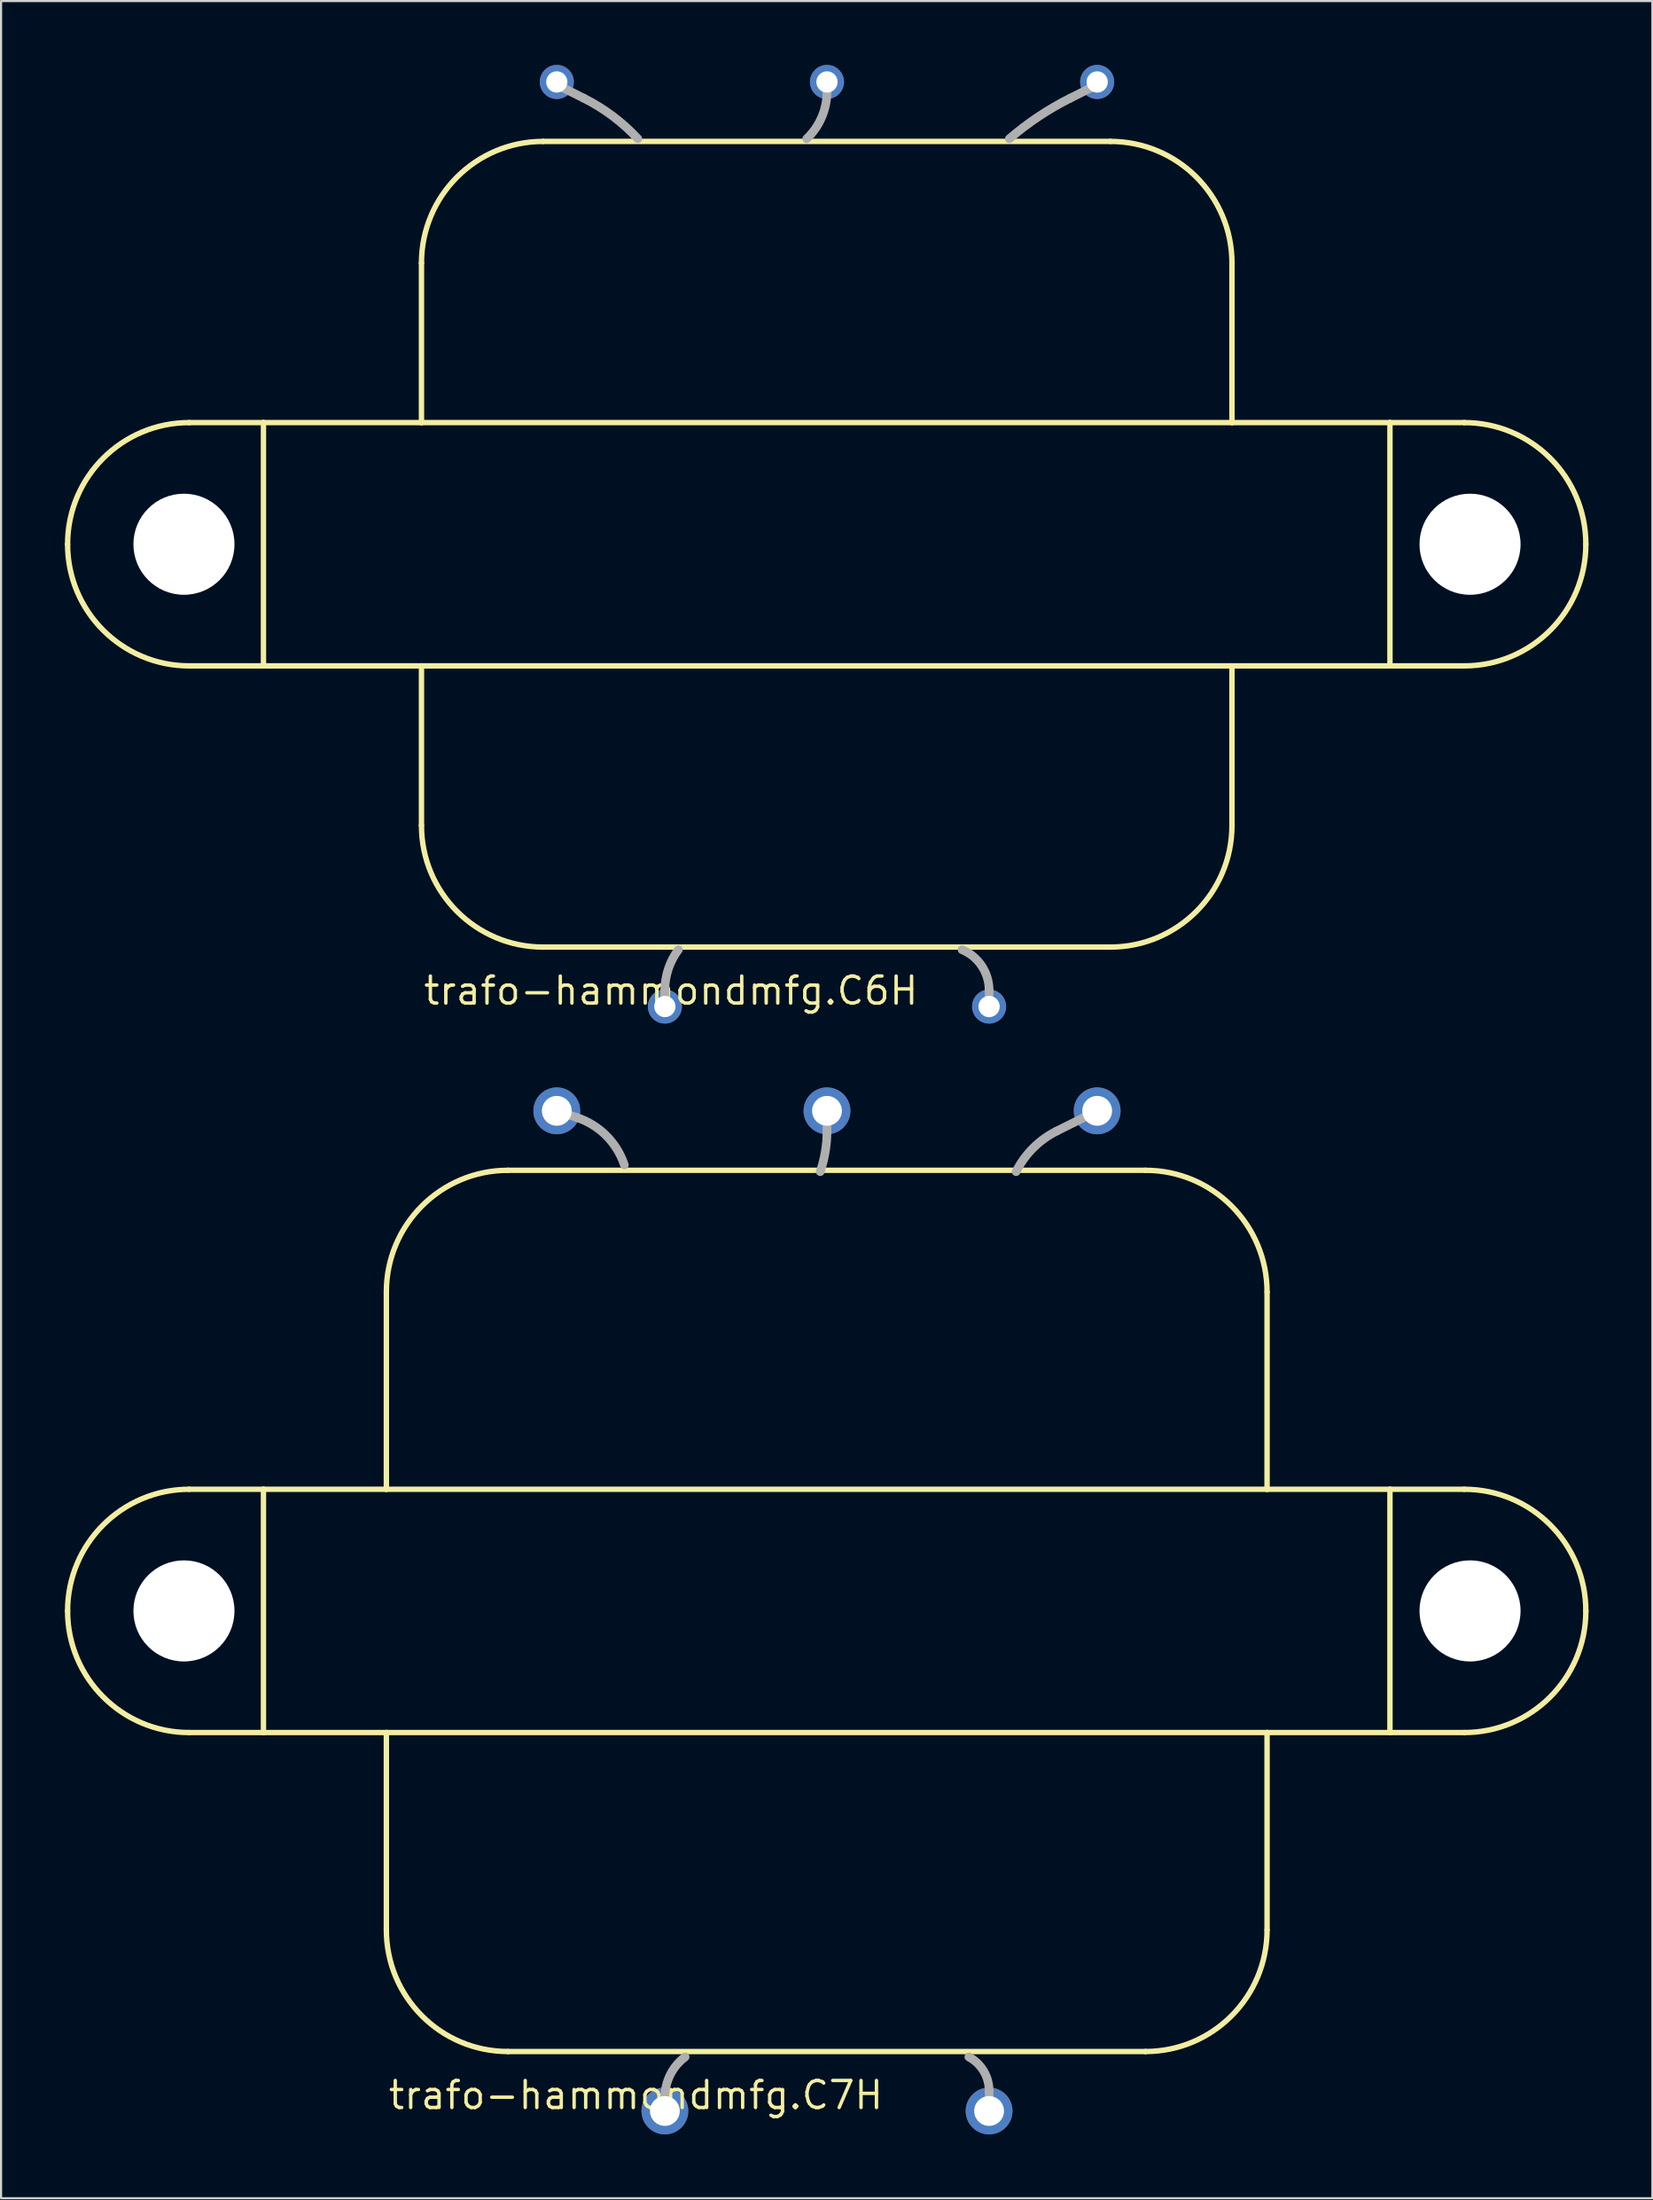
<source format=kicad_pcb>
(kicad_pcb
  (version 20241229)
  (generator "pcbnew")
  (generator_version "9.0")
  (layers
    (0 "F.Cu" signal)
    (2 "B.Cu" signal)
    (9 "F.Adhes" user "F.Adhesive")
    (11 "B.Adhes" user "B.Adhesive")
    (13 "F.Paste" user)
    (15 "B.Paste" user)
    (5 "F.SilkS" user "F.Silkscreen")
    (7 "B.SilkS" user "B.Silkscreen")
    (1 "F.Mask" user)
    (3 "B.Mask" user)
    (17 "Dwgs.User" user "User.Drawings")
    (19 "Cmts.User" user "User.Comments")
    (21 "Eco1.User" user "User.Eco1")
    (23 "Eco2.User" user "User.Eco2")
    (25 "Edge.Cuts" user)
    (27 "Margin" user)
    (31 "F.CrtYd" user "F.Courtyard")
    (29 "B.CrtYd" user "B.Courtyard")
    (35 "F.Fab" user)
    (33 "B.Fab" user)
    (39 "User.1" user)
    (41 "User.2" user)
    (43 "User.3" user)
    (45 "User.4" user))
  (footprint "trafo-hammondmfg.C7H"
    (layer "F.Cu")
    (at 35.822 72.635)
    (property "Reference" "trafo-hammondmfg.C7H" (at -20.7 23.495 0) (layer "F.SilkS") (effects (font (size 1.27 1.27) (thickness 0.16)) (justify left bottom)))
    (attr through_hole)
    (fp_line (start -29.98 5.715) (end -26.488 5.715) (stroke (width 0.254) (type default)) (layer "F.SilkS"))
    (fp_line (start -26.488 -5.715) (end -29.98 -5.715) (stroke (width 0.254) (type default)) (layer "F.SilkS"))
    (fp_line (start -26.488 -5.715) (end -26.488 5.715) (stroke (width 0.254) (type default)) (layer "F.SilkS"))
    (fp_line (start -26.488 5.715) (end -20.711 5.715) (stroke (width 0.254) (type default)) (layer "F.SilkS"))
    (fp_line (start -20.711 -5.715) (end -26.488 -5.715) (stroke (width 0.254) (type default)) (layer "F.SilkS"))
    (fp_line (start -20.711 -5.715) (end -20.711 -14.986) (stroke (width 0.254) (type default)) (layer "F.SilkS"))
    (fp_line (start -20.711 5.715) (end 20.686 5.715) (stroke (width 0.254) (type default)) (layer "F.SilkS"))
    (fp_line (start -20.711 14.986) (end -20.711 5.715) (stroke (width 0.254) (type default)) (layer "F.SilkS"))
    (fp_line (start -14.996 -20.701) (end 14.971 -20.701) (stroke (width 0.254) (type default)) (layer "F.SilkS"))
    (fp_line (start 14.971 20.701) (end -14.996 20.701) (stroke (width 0.254) (type default)) (layer "F.SilkS"))
    (fp_line (start 20.686 -14.986) (end 20.686 -5.715) (stroke (width 0.254) (type default)) (layer "F.SilkS"))
    (fp_line (start 20.686 -5.715) (end -20.711 -5.715) (stroke (width 0.254) (type default)) (layer "F.SilkS"))
    (fp_line (start 20.686 5.715) (end 20.686 14.986) (stroke (width 0.254) (type default)) (layer "F.SilkS"))
    (fp_line (start 20.686 5.715) (end 26.462 5.715) (stroke (width 0.254) (type default)) (layer "F.SilkS"))
    (fp_line (start 26.462 -5.715) (end 20.686 -5.715) (stroke (width 0.254) (type default)) (layer "F.SilkS"))
    (fp_line (start 26.462 -5.715) (end 26.462 5.715) (stroke (width 0.254) (type default)) (layer "F.SilkS"))
    (fp_line (start 26.462 5.715) (end 29.955 5.715) (stroke (width 0.254) (type default)) (layer "F.SilkS"))
    (fp_line (start 29.955 -5.715) (end 26.462 -5.715) (stroke (width 0.254) (type default)) (layer "F.SilkS"))
    (fp_arc (start -35.695 0) (mid -34.021115 -4.041115) (end -29.98 -5.715) (stroke (width 0.254) (type default)) (layer "F.SilkS"))
    (fp_arc (start -29.98 5.715) (mid -34.021115 4.041115) (end -35.695 0) (stroke (width 0.254) (type default)) (layer "F.SilkS"))
    (fp_arc (start -20.711 -14.986) (mid -19.037115 -19.027115) (end -14.996 -20.701) (stroke (width 0.254) (type default)) (layer "F.SilkS"))
    (fp_arc (start -14.996 20.701) (mid -19.037115 19.027115) (end -20.711 14.986) (stroke (width 0.254) (type default)) (layer "F.SilkS"))
    (fp_arc (start 14.971 -20.701) (mid 19.012115 -19.027115) (end 20.686 -14.986) (stroke (width 0.254) (type default)) (layer "F.SilkS"))
    (fp_arc (start 20.686 14.986) (mid 19.012115 19.027115) (end 14.971 20.701) (stroke (width 0.254) (type default)) (layer "F.SilkS"))
    (fp_arc (start 29.955 -5.715) (mid 33.996115 -4.041115) (end 35.67 0) (stroke (width 0.254) (type default)) (layer "F.SilkS"))
    (fp_arc (start 35.67 0) (mid 33.996115 4.041115) (end 29.955 5.715) (stroke (width 0.254) (type default)) (layer "F.SilkS"))
    (fp_line (start -12.7 -23.495) (end -11.748 -23.177) (stroke (width 0.406) (type default)) (layer "F.Fab"))
    (fp_line (start -7.62 23.177) (end -7.62 22.86) (stroke (width 0.406) (type default)) (layer "F.Fab"))
    (fp_line (start 0 -23.495) (end 0 -22.543) (stroke (width 0.406) (type default)) (layer "F.Fab"))
    (fp_line (start 7.62 23.495) (end 7.62 22.543) (stroke (width 0.406) (type default)) (layer "F.Fab"))
    (fp_line (start 12.7 -23.495) (end 10.795 -22.543) (stroke (width 0.406) (type default)) (layer "F.Fab"))
    (fp_arc (start -11.7475 -23.1775) (mid -10.373919 -22.328581) (end -9.525 -20.955) (stroke (width 0.4064) (type default)) (layer "F.Fab"))
    (fp_arc (start -7.62 22.86) (mid -7.368605 21.795073) (end -6.6675 20.955) (stroke (width 0.4064) (type default)) (layer "F.Fab"))
    (fp_arc (start 0 -22.5425) (mid -0.079919 -21.576861) (end -0.3175 -20.6375) (stroke (width 0.4064) (type default)) (layer "F.Fab"))
    (fp_arc (start 6.6675 20.955) (mid 7.363606 21.616836) (end 7.62 22.5425) (stroke (width 0.4064) (type default)) (layer "F.Fab"))
    (fp_arc (start 8.89 -20.6375) (mid 9.687931 -21.744569) (end 10.795 -22.5425) (stroke (width 0.4064) (type default)) (layer "F.Fab"))
    (pad "" np_thru_hole circle (at -30.226 0) (size 4.75 4.75) (drill 4.75) (layers "*.Cu" "*.Mask"))
    (pad "" np_thru_hole circle (at 30.226 0) (size 4.75 4.75) (drill 4.75) (layers "*.Cu" "*.Mask"))
    (pad "BLK@1" thru_hole circle (at -7.62 23.495) (size 2.2 2.2) (drill 1.4) (layers "*.Cu" "*.Mask"))
    (pad "BLK@2" thru_hole circle (at 7.62 23.495) (size 2.2 2.2) (drill 1.4) (layers "*.Cu" "*.Mask"))
    (pad "GRN/YEL" thru_hole circle (at 0 -23.495) (size 2.2 2.2) (drill 1.4) (layers "*.Cu" "*.Mask"))
    (pad "GRN@1" thru_hole circle (at -12.7 -23.495) (size 2.2 2.2) (drill 1.4) (layers "*.Cu" "*.Mask"))
    (pad "GRN@2" thru_hole circle (at 12.7 -23.495) (size 2.2 2.2) (drill 1.4) (layers "*.Cu" "*.Mask")))
  (footprint "trafo-hammondmfg.C6H"
    (layer "F.Cu")
    (at 35.822 22.52)
    (property "Reference" "trafo-hammondmfg.C6H" (at -19.05 21.72 0) (layer "F.SilkS") (effects (font (size 1.27 1.27) (thickness 0.16)) (justify left bottom)))
    (attr through_hole)
    (fp_line (start -29.98 5.715) (end -26.488 5.715) (stroke (width 0.254) (type default)) (layer "F.SilkS"))
    (fp_line (start -26.488 -5.715) (end -29.98 -5.715) (stroke (width 0.254) (type default)) (layer "F.SilkS"))
    (fp_line (start -26.488 -5.715) (end -26.488 5.715) (stroke (width 0.254) (type default)) (layer "F.SilkS"))
    (fp_line (start -26.488 5.715) (end -19.061 5.715) (stroke (width 0.254) (type default)) (layer "F.SilkS"))
    (fp_line (start -19.061 -5.715) (end -26.488 -5.715) (stroke (width 0.254) (type default)) (layer "F.SilkS"))
    (fp_line (start -19.061 -5.715) (end -19.061 -13.211) (stroke (width 0.254) (type default)) (layer "F.SilkS"))
    (fp_line (start -19.061 5.715) (end 19.036 5.715) (stroke (width 0.254) (type default)) (layer "F.SilkS"))
    (fp_line (start -19.061 13.211) (end -19.061 5.715) (stroke (width 0.254) (type default)) (layer "F.SilkS"))
    (fp_line (start -13.346 -18.926) (end 13.321 -18.926) (stroke (width 0.254) (type default)) (layer "F.SilkS"))
    (fp_line (start 13.321 18.926) (end -13.346 18.926) (stroke (width 0.254) (type default)) (layer "F.SilkS"))
    (fp_line (start 19.036 -13.211) (end 19.036 -5.715) (stroke (width 0.254) (type default)) (layer "F.SilkS"))
    (fp_line (start 19.036 -5.715) (end -19.061 -5.715) (stroke (width 0.254) (type default)) (layer "F.SilkS"))
    (fp_line (start 19.036 5.715) (end 19.036 13.211) (stroke (width 0.254) (type default)) (layer "F.SilkS"))
    (fp_line (start 19.036 5.715) (end 26.462 5.715) (stroke (width 0.254) (type default)) (layer "F.SilkS"))
    (fp_line (start 26.462 -5.715) (end 19.036 -5.715) (stroke (width 0.254) (type default)) (layer "F.SilkS"))
    (fp_line (start 26.462 -5.715) (end 26.462 5.715) (stroke (width 0.254) (type default)) (layer "F.SilkS"))
    (fp_line (start 26.462 5.715) (end 29.955 5.715) (stroke (width 0.254) (type default)) (layer "F.SilkS"))
    (fp_line (start 29.955 -5.715) (end 26.462 -5.715) (stroke (width 0.254) (type default)) (layer "F.SilkS"))
    (fp_arc (start -35.695 0) (mid -34.021115 -4.041115) (end -29.98 -5.715) (stroke (width 0.254) (type default)) (layer "F.SilkS"))
    (fp_arc (start -29.98 5.715) (mid -34.021115 4.041115) (end -35.695 0) (stroke (width 0.254) (type default)) (layer "F.SilkS"))
    (fp_arc (start -19.061 -13.211) (mid -17.387115 -17.252115) (end -13.346 -18.926) (stroke (width 0.254) (type default)) (layer "F.SilkS"))
    (fp_arc (start -13.346 18.926) (mid -17.387115 17.252115) (end -19.061 13.211) (stroke (width 0.254) (type default)) (layer "F.SilkS"))
    (fp_arc (start 13.321 -18.926) (mid 17.362115 -17.252115) (end 19.036 -13.211) (stroke (width 0.254) (type default)) (layer "F.SilkS"))
    (fp_arc (start 19.036 13.211) (mid 17.362115 17.252115) (end 13.321 18.926) (stroke (width 0.254) (type default)) (layer "F.SilkS"))
    (fp_arc (start 29.955 -5.715) (mid 33.996115 -4.041115) (end 35.67 0) (stroke (width 0.254) (type default)) (layer "F.SilkS"))
    (fp_arc (start 35.67 0) (mid 33.996115 4.041115) (end 29.955 5.715) (stroke (width 0.254) (type default)) (layer "F.SilkS"))
    (fp_line (start -12.7 -21.59) (end -11.43 -20.955) (stroke (width 0.406) (type default)) (layer "F.Fab"))
    (fp_line (start -7.62 21.59) (end -7.62 20.955) (stroke (width 0.406) (type default)) (layer "F.Fab"))
    (fp_line (start 0 -21.907) (end 0 -21.273) (stroke (width 0.406) (type default)) (layer "F.Fab"))
    (fp_line (start 7.62 21.59) (end 7.62 20.955) (stroke (width 0.406) (type default)) (layer "F.Fab"))
    (fp_line (start 12.7 -21.59) (end 11.43 -20.955) (stroke (width 0.406) (type default)) (layer "F.Fab"))
    (fp_arc (start -11.43 -20.955) (mid -10.074113 -20.117016) (end -8.89 -19.05) (stroke (width 0.4064) (type default)) (layer "F.Fab"))
    (fp_arc (start -7.62 20.955) (mid -7.457069 19.950977) (end -6.985 19.05) (stroke (width 0.4064) (type default)) (layer "F.Fab"))
    (fp_arc (start 0 -21.2725) (mid -0.248157 -20.063496) (end -0.9525 -19.05) (stroke (width 0.4064) (type default)) (layer "F.Fab"))
    (fp_arc (start 6.35 19.05) (mid 7.273394 19.810237) (end 7.62 20.955) (stroke (width 0.4064) (type default)) (layer "F.Fab"))
    (fp_arc (start 8.5725 -19.05) (mid 9.941949 -20.091451) (end 11.43 -20.955) (stroke (width 0.4064) (type default)) (layer "F.Fab"))
    (pad "" np_thru_hole circle (at -30.226 0) (size 4.75 4.75) (drill 4.75) (layers "*.Cu" "*.Mask"))
    (pad "" np_thru_hole circle (at 30.226 0) (size 4.75 4.75) (drill 4.75) (layers "*.Cu" "*.Mask"))
    (pad "BLK@1" thru_hole circle (at -7.62 21.72) (size 1.6 1.6) (drill 1) (layers "*.Cu" "*.Mask"))
    (pad "BLK@2" thru_hole circle (at 7.62 21.72) (size 1.6 1.6) (drill 1) (layers "*.Cu" "*.Mask"))
    (pad "GRN/YEL" thru_hole circle (at 0 -21.72) (size 1.6 1.6) (drill 1) (layers "*.Cu" "*.Mask"))
    (pad "GRN@1" thru_hole circle (at -12.7 -21.72) (size 1.6 1.6) (drill 1) (layers "*.Cu" "*.Mask"))
    (pad "GRN@2" thru_hole circle (at 12.7 -21.72) (size 1.6 1.6) (drill 1) (layers "*.Cu" "*.Mask")))
  (gr_rect
    (start -3 -3)
    (end 74.619 100.23)
    (stroke (width 0.1) (type default))
    (fill no)
    (layer "Edge.Cuts")))
</source>
